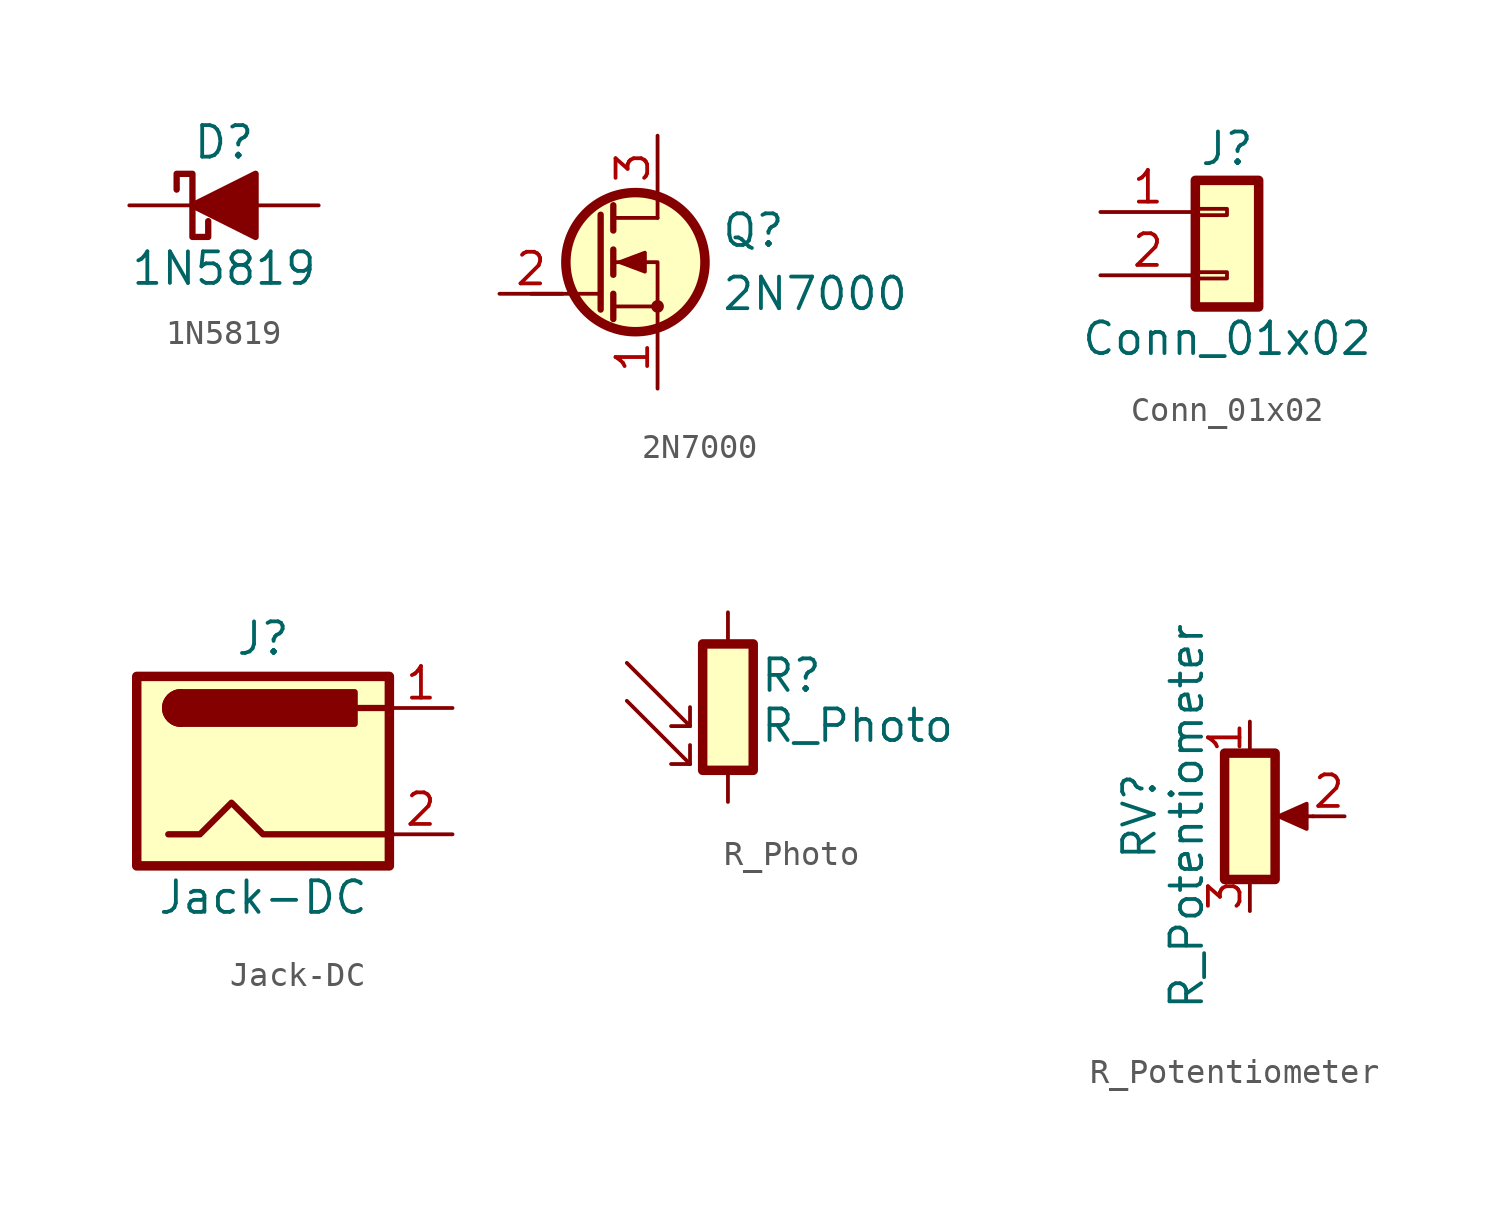
<source format=kicad_sym>
(kicad_symbol_lib
  (version 20220914)
  (generator kicad_symbol_editor)
  (symbol "1N5819"
    (pin_numbers hide)
    (pin_names
      (offset 1.016) hide)
    (property "Reference" "D"
      (at 0 2.54 0)
      (effects (font (size 1.27 1.27))))
    (property "Value" "1N5819"
      (at 0 -2.54 0)
      (effects (font (size 1.27 1.27))))
    (symbol "1N5819_0_1"
      (polyline (pts (xy 1.27 0) (xy -1.27 0)) (stroke (width 0) (type default)) (fill (type none)))
      (polyline (pts (xy -1.905 0.635) (xy -1.905 1.27) (xy -1.27 1.27) (xy -1.27 -1.27) (xy -0.635 -1.27) (xy -0.635 -0.635)) (stroke (width 0.254) (type default)) (fill (type none))))
    (symbol "1N5819_1_1"
      (polyline (pts (xy 1.27 1.27) (xy 1.27 -1.27) (xy -1.27 0) (xy 1.27 1.27)) (stroke (width 0.254) (type default)) (fill (type outline)))
      (pin passive line (at -3.81 0 0) (length 2.54) (name "K" (effects (font (size 1.27 1.27)))) (number "1" (effects (font (size 1.27 1.27)))))
      (pin passive line (at 3.81 0 180) (length 2.54) (name "A" (effects (font (size 1.27 1.27)))) (number "2" (effects (font (size 1.27 1.27)))))))
  (symbol "2N7000"
    (pin_names hide)
    (property "Reference" "Q"
      (at 5.08 1.27 0)
      (effects (font (size 1.27 1.27)) (justify left)))
    (property "Value" "2N7000"
      (at 5.08 -1.27 0)
      (effects (font (size 1.27 1.27)) (justify left)))
    (symbol "2N7000_0_1"
      (polyline (pts (xy 0.254 -1.27) (xy -2.54 -1.27)) (stroke (width 0) (type default)) (fill (type none)))
      (polyline (pts (xy 0.254 1.905) (xy 0.254 -1.905)) (stroke (width 0.254) (type default)) (fill (type none)))
      (polyline (pts (xy 0.762 -1.778) (xy 2.54 -1.778)) (stroke (width 0) (type default)) (fill (type none)))
      (polyline (pts (xy 0.762 -1.27) (xy 0.762 -2.286)) (stroke (width 0.254) (type default)) (fill (type none)))
      (polyline (pts (xy 0.762 0.508) (xy 0.762 -0.508)) (stroke (width 0.254) (type default)) (fill (type none)))
      (polyline (pts (xy 0.762 2.286) (xy 0.762 1.27)) (stroke (width 0.254) (type default)) (fill (type none)))
      (polyline (pts (xy 2.54 1.778) (xy 0.762 1.778)) (stroke (width 0) (type default)) (fill (type none)))
      (polyline (pts (xy 2.54 2.54) (xy 2.54 1.778)) (stroke (width 0) (type default)) (fill (type none)))
      (polyline (pts (xy 2.54 -2.54) (xy 2.54 0) (xy 0.762 0)) (stroke (width 0) (type default)) (fill (type none)))
      (polyline (pts (xy 1.016 0) (xy 2.032 0.381) (xy 2.032 -0.381) (xy 1.016 0)) (stroke (width 0) (type default)) (fill (type outline)))
      (circle (center 2.54 -1.778) (radius 0.178) (stroke (width 0) (type default)) (fill (type outline))))
    (symbol "2N7000_1_1"
      (circle (center 1.651 0) (radius 2.794) (stroke (width 0.381) (type default)) (fill (type background)))
      (pin passive line (at 2.54 -5.08 90) (length 2.54) (name "S" (effects (font (size 1.27 1.27)))) (number "1" (effects (font (size 1.27 1.27)))))
      (pin input line (at -3.81 -1.27 0) (length 2.54) (name "G" (effects (font (size 1.27 1.27)))) (number "2" (effects (font (size 1.27 1.27)))))
      (pin passive line (at 2.54 5.08 270) (length 2.54) (name "D" (effects (font (size 1.27 1.27)))) (number "3" (effects (font (size 1.27 1.27)))))))
  (symbol "Conn_01x02"
    (pin_names
      (offset 1.016) hide)
    (property "Reference" "J"
      (at 0 2.54 0)
      (effects (font (size 1.27 1.27))))
    (property "Value" "Conn_01x02"
      (at 0 -5.08 0)
      (effects (font (size 1.27 1.27))))
    (symbol "Conn_01x02_1_1"
      (rectangle (start -1.27 -2.413) (end 0 -2.667) (stroke (width 0.152) (type default)) (fill (type none)))
      (rectangle (start -1.27 0.127) (end 0 -0.127) (stroke (width 0.152) (type default)) (fill (type none)))
      (rectangle (start -1.27 1.27) (end 1.27 -3.81) (stroke (width 0.381) (type default)) (fill (type background)))
      (pin passive line (at -5.08 0 0) (length 3.81) (name "Pin_1" (effects (font (size 1.27 1.27)))) (number "1" (effects (font (size 1.27 1.27)))))
      (pin passive line (at -5.08 -2.54 0) (length 3.81) (name "Pin_2" (effects (font (size 1.27 1.27)))) (number "2" (effects (font (size 1.27 1.27)))))))
  (symbol "Jack-DC"
    (pin_names
      (offset 1.016))
    (property "Reference" "J"
      (at 0 5.334 0)
      (effects (font (size 1.27 1.27))))
    (property "Value" "Jack-DC"
      (at 0 -5.08 0)
      (effects (font (size 1.27 1.27))))
    (symbol "Jack-DC_0_1"
      (arc (start -3.302 3.175) (mid -3.9343 2.54) (end -3.302 1.905) (stroke (width 0.254) (type default)) (fill (type none)))
      (arc (start -3.302 3.175) (mid -3.9343 2.54) (end -3.302 1.905) (stroke (width 0.254) (type default)) (fill (type outline)))
      (polyline (pts (xy 5.08 2.54) (xy 3.81 2.54)) (stroke (width 0.254) (type default)) (fill (type none)))
      (polyline (pts (xy -3.81 -2.54) (xy -2.54 -2.54) (xy -1.27 -1.27) (xy 0 -2.54) (xy 2.54 -2.54) (xy 5.08 -2.54)) (stroke (width 0.254) (type default)) (fill (type none)))
      (rectangle (start 3.683 3.175) (end -3.302 1.905) (stroke (width 0.254) (type default)) (fill (type outline))))
    (symbol "Jack-DC_1_1"
      (rectangle (start -5.08 3.81) (end 5.08 -3.81) (stroke (width 0.381) (type default)) (fill (type background)))
      (pin passive line (at 7.62 2.54 180) (length 2.54) (name "~" (effects (font (size 1.27 1.27)))) (number "1" (effects (font (size 1.27 1.27)))))
      (pin passive line (at 7.62 -2.54 180) (length 2.54) (name "~" (effects (font (size 1.27 1.27)))) (number "2" (effects (font (size 1.27 1.27)))))))
  (symbol "R_Photo"
    (pin_numbers hide)
    (pin_names
      (offset 0))
    (property "Reference" "R"
      (at 1.27 1.27 0)
      (effects (font (size 1.27 1.27)) (justify left)))
    (property "Value" "R_Photo"
      (at 1.27 0 0)
      (effects (font (size 1.27 1.27)) (justify left top)))
    (symbol "R_Photo_0_1"
      (polyline (pts (xy -1.524 -2.286) (xy -4.064 0.254)) (stroke (width 0) (type default)) (fill (type none)))
      (polyline (pts (xy -1.524 -2.286) (xy -2.286 -2.286)) (stroke (width 0) (type default)) (fill (type none)))
      (polyline (pts (xy -1.524 -2.286) (xy -1.524 -1.524)) (stroke (width 0) (type default)) (fill (type none)))
      (polyline (pts (xy -1.524 -0.762) (xy -4.064 1.778)) (stroke (width 0) (type default)) (fill (type none)))
      (polyline (pts (xy -1.524 -0.762) (xy -2.286 -0.762)) (stroke (width 0) (type default)) (fill (type none)))
      (polyline (pts (xy -1.524 -0.762) (xy -1.524 0)) (stroke (width 0) (type default)) (fill (type none))))
    (symbol "R_Photo_1_1"
      (rectangle (start -1.016 2.54) (end 1.016 -2.54) (stroke (width 0.381) (type default)) (fill (type background)))
      (pin passive line (at 0 3.81 270) (length 1.27) (name "~" (effects (font (size 1.27 1.27)))) (number "1" (effects (font (size 1.27 1.27)))))
      (pin passive line (at 0 -3.81 90) (length 1.27) (name "~" (effects (font (size 1.27 1.27)))) (number "2" (effects (font (size 1.27 1.27)))))))
  (symbol "R_Potentiometer"
    (pin_names
      (offset 1.016) hide)
    (property "Reference" "RV"
      (at -4.445 0 90)
      (effects (font (size 1.27 1.27))))
    (property "Value" "R_Potentiometer"
      (at -2.54 0 90)
      (effects (font (size 1.27 1.27))))
    (symbol "R_Potentiometer_0_1"
      (polyline (pts (xy 2.54 0) (xy 1.524 0)) (stroke (width 0) (type default)) (fill (type none)))
      (polyline (pts (xy 1.143 0) (xy 2.286 0.508) (xy 2.286 -0.508) (xy 1.143 0)) (stroke (width 0) (type default)) (fill (type outline))))
    (symbol "R_Potentiometer_1_1"
      (rectangle (start -1.016 2.54) (end 1.016 -2.54) (stroke (width 0.381) (type default)) (fill (type background)))
      (pin passive line (at 0 3.81 270) (length 1.27) (name "1" (effects (font (size 1.27 1.27)))) (number "1" (effects (font (size 1.27 1.27)))))
      (pin passive line (at 3.81 0 180) (length 1.27) (name "2" (effects (font (size 1.27 1.27)))) (number "2" (effects (font (size 1.27 1.27)))))
      (pin passive line (at 0 -3.81 90) (length 1.27) (name "3" (effects (font (size 1.27 1.27)))) (number "3" (effects (font (size 1.27 1.27))))))))
</source>
